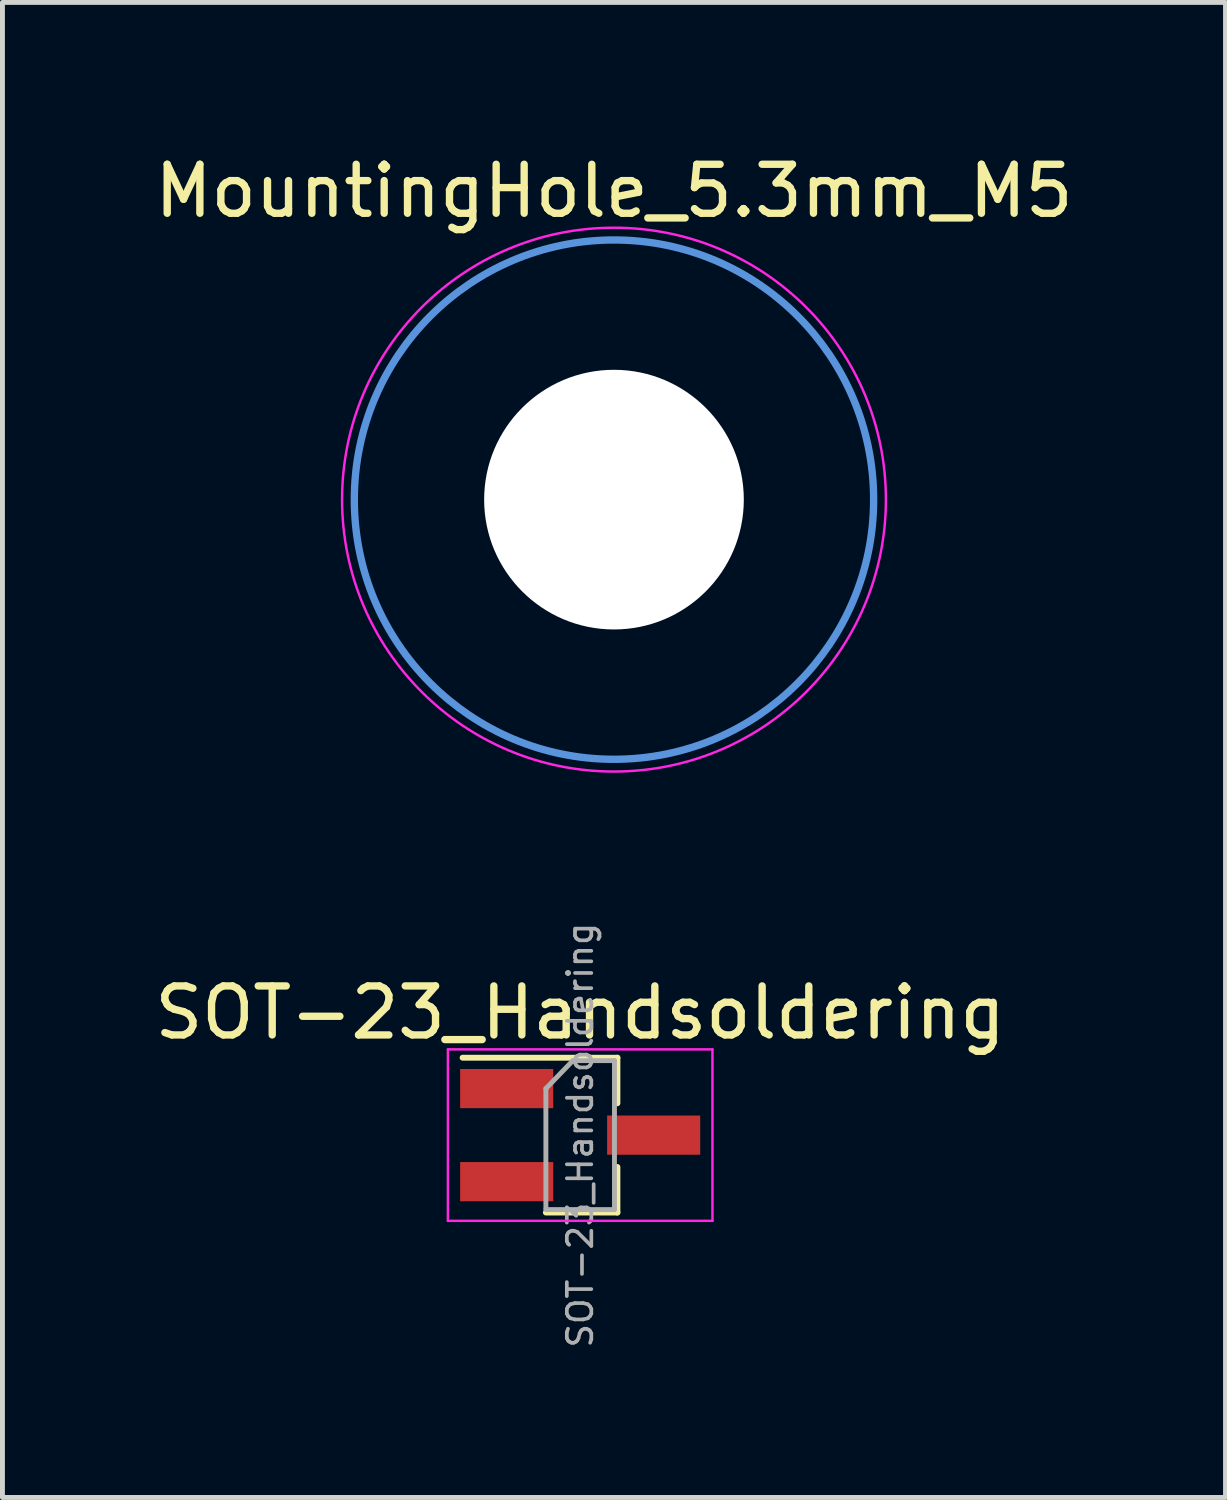
<source format=kicad_pcb>
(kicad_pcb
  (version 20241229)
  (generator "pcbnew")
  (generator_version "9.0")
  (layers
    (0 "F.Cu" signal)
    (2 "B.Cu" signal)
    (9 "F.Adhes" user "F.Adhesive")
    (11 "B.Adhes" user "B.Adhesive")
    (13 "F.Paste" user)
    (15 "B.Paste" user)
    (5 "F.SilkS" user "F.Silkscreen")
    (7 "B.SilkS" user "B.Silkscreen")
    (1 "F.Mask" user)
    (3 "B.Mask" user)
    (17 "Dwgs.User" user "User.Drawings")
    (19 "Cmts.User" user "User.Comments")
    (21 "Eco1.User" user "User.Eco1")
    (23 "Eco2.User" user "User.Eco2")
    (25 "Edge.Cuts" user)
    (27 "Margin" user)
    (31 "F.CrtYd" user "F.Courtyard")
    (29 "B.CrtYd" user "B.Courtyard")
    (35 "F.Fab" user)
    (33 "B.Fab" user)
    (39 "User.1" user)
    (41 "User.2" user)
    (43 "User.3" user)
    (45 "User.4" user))
  (footprint "SOT-23_Handsoldering"
    (layer "F.Cu")
    (at 8.792 20.119)
    (property "Reference" "SOT-23_Handsoldering" (at 0 -2.5 180) (layer "F.SilkS") (effects (font (size 1 1) (thickness 0.15))))
    (attr smd)
    (fp_line (start 0.76 -1.58) (end -2.4 -1.58) (stroke (width 0.12) (type solid)) (layer "F.SilkS"))
    (fp_line (start 0.76 -1.58) (end 0.76 -0.65) (stroke (width 0.12) (type solid)) (layer "F.SilkS"))
    (fp_line (start 0.76 1.58) (end -0.7 1.58) (stroke (width 0.12) (type solid)) (layer "F.SilkS"))
    (fp_line (start 0.76 1.58) (end 0.76 0.65) (stroke (width 0.12) (type solid)) (layer "F.SilkS"))
    (fp_line (start -2.7 -1.75) (end 2.7 -1.75) (stroke (width 0.05) (type solid)) (layer "F.CrtYd"))
    (fp_line (start -2.7 1.75) (end -2.7 -1.75) (stroke (width 0.05) (type solid)) (layer "F.CrtYd"))
    (fp_line (start 2.7 -1.75) (end 2.7 1.75) (stroke (width 0.05) (type solid)) (layer "F.CrtYd"))
    (fp_line (start 2.7 1.75) (end -2.7 1.75) (stroke (width 0.05) (type solid)) (layer "F.CrtYd"))
    (fp_line (start -0.7 -0.95) (end -0.7 1.5) (stroke (width 0.1) (type solid)) (layer "F.Fab"))
    (fp_line (start -0.7 -0.95) (end -0.15 -1.52) (stroke (width 0.1) (type solid)) (layer "F.Fab"))
    (fp_line (start -0.7 1.52) (end 0.7 1.52) (stroke (width 0.1) (type solid)) (layer "F.Fab"))
    (fp_line (start -0.15 -1.52) (end 0.7 -1.52) (stroke (width 0.1) (type solid)) (layer "F.Fab"))
    (fp_line (start 0.7 -1.52) (end 0.7 1.52) (stroke (width 0.1) (type solid)) (layer "F.Fab"))
    (fp_text user "${REFERENCE}" (at 0 0 270) (layer "F.Fab") (effects (font (size 0.5 0.5) (thickness 0.075))))
    (pad "1" smd rect (at -1.5 -0.95) (size 1.9 0.8) (layers "F.Cu" "F.Mask" "F.Paste"))
    (pad "2" smd rect (at -1.5 0.95) (size 1.9 0.8) (layers "F.Cu" "F.Mask" "F.Paste"))
    (pad "3" smd rect (at 1.5 0) (size 1.9 0.8) (layers "F.Cu" "F.Mask" "F.Paste")))
  (footprint "MountingHole_5.3mm_M5"
    (layer "F.Cu")
    (at 9.482 7.148)
    (property "Reference" "MountingHole_5.3mm_M5" (at 0 -6.3 0) (layer "F.SilkS") (effects (font (size 1 1) (thickness 0.15))))
    (attr exclude_from_pos_files exclude_from_bom)
    (fp_circle (center 0 0) (end 5.3 0) (stroke (width 0.15) (type solid)) (fill no) (layer "Cmts.User"))
    (fp_circle (center 0 0) (end 5.55 0) (stroke (width 0.05) (type solid)) (fill no) (layer "F.CrtYd"))
    (pad "" np_thru_hole circle (at 0 0) (size 5.3 5.3) (drill 5.3) (layers "*.Cu" "*.Mask")))
  (gr_rect
    (start -3 -3)
    (end 21.964 27.515)
    (stroke (width 0.1) (type default))
    (fill no)
    (layer "Edge.Cuts")))
</source>
